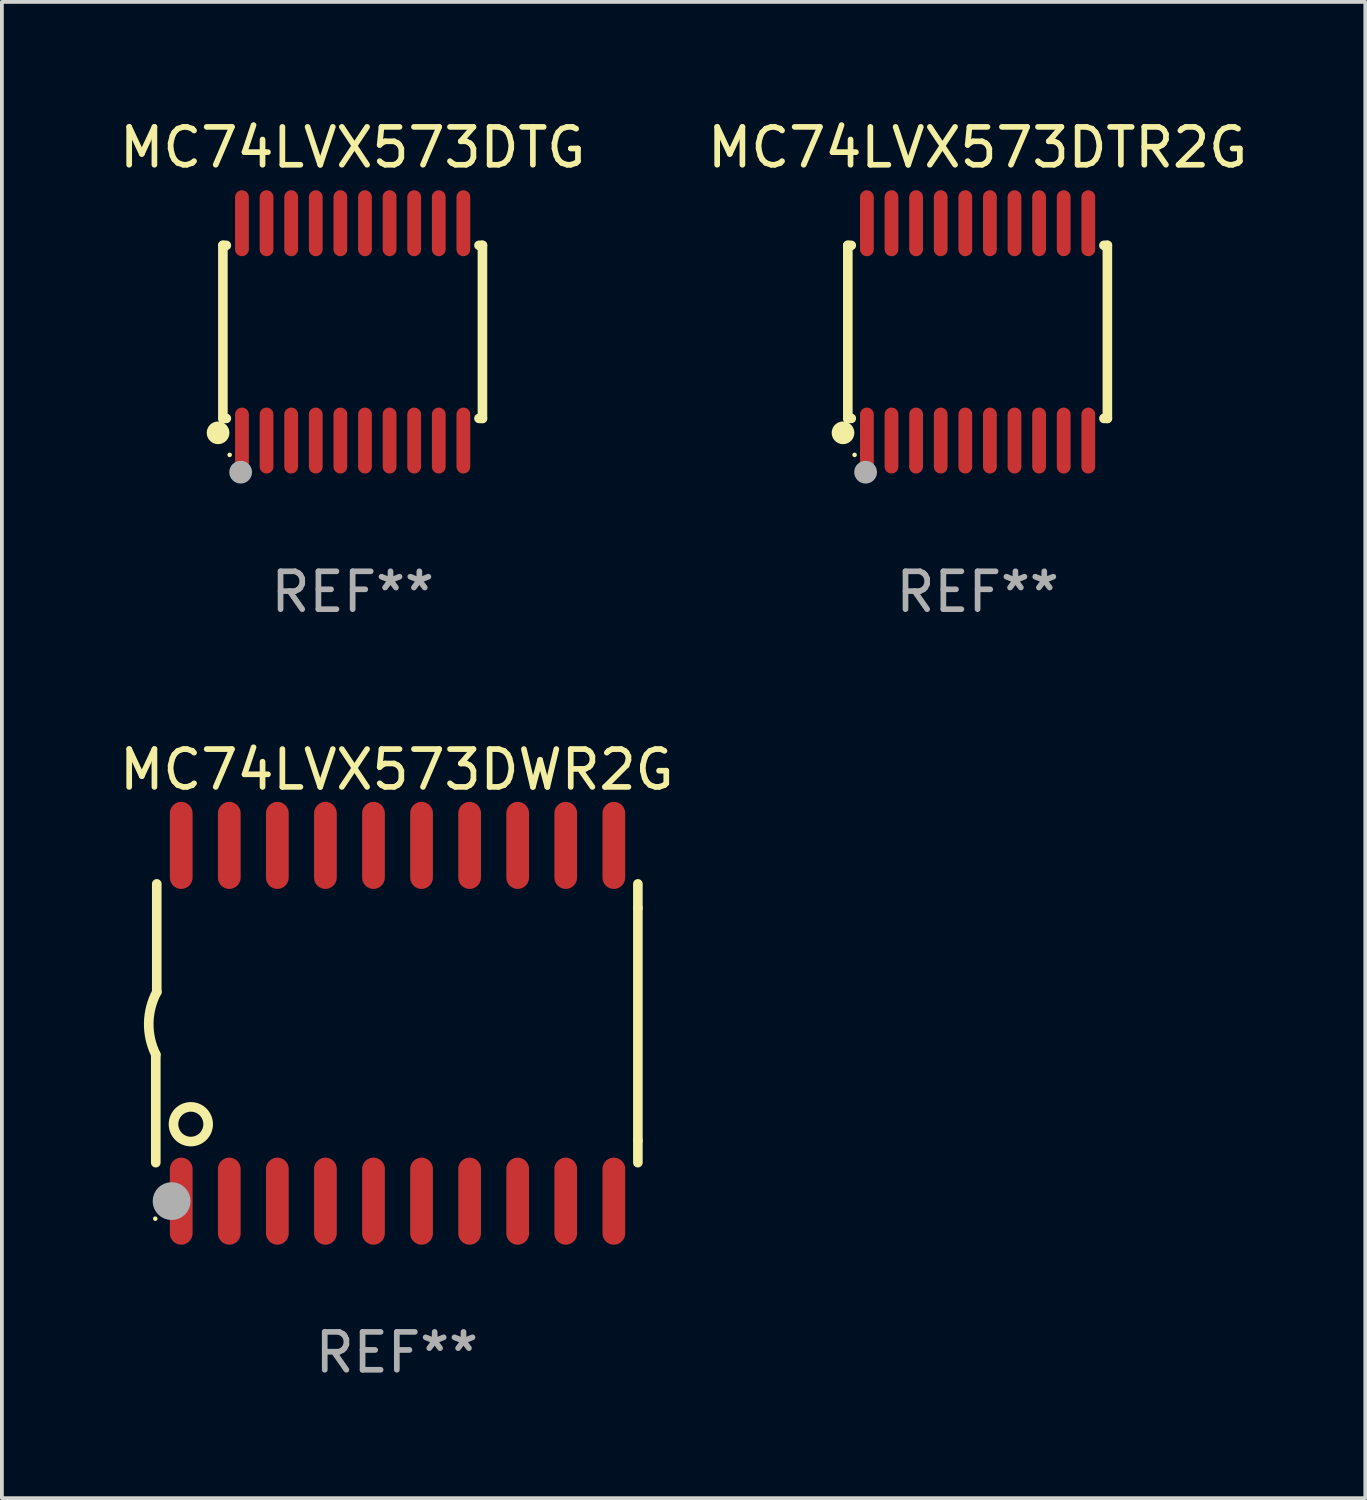
<source format=kicad_pcb>
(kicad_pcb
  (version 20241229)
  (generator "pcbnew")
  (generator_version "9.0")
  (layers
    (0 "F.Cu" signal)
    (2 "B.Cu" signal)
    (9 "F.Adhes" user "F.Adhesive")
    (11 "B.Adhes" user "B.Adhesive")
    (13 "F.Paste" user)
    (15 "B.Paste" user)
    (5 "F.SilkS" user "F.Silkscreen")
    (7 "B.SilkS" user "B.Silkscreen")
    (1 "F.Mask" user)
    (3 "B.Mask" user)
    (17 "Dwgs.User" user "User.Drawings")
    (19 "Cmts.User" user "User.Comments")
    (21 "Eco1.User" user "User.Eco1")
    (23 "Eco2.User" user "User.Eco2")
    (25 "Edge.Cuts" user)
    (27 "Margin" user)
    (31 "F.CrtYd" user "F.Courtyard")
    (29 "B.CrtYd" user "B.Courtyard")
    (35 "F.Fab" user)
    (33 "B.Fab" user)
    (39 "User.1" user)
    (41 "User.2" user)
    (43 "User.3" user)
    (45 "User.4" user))
  (footprint "MC74LVX573DTR2G"
    (layer "F.Cu")
    (at 22.78 5.719)
    (property "Reference" "MC74LVX573DTR2G" (at 0 -4.871 0) (layer "F.SilkS") (effects (font (size 1 1) (thickness 0.15))))
    (attr through_hole)
    (fp_line (start -3.429 -2.286) (end -3.429 2.286) (stroke (width 0.254) (type solid)) (layer "F.SilkS"))
    (fp_line (start -3.429 2.286) (end -3.338 2.286) (stroke (width 0.254) (type solid)) (layer "F.SilkS"))
    (fp_line (start -3.338 -2.286) (end -3.429 -2.286) (stroke (width 0.254) (type solid)) (layer "F.SilkS"))
    (fp_line (start 3.338 -2.286) (end 3.429 -2.286) (stroke (width 0.254) (type solid)) (layer "F.SilkS"))
    (fp_line (start 3.429 -2.286) (end 3.429 2.286) (stroke (width 0.254) (type solid)) (layer "F.SilkS"))
    (fp_line (start 3.429 2.286) (end 3.338 2.286) (stroke (width 0.254) (type solid)) (layer "F.SilkS"))
    (fp_circle (center -3.556 2.667) (end -3.406 2.667) (stroke (width 0.3) (type solid)) (fill no) (layer "F.SilkS"))
    (fp_circle (center -3.25 3.25) (end -3.22 3.25) (stroke (width 0.06) (type solid)) (fill no) (layer "F.SilkS"))
    (fp_circle (center -2.959 3.707) (end -2.808 3.707) (stroke (width 0.3) (type solid)) (fill no) (layer "F.Fab"))
    (fp_text user "REF**" (at 0 6.871 0) (layer "F.Fab") (effects (font (size 1 1) (thickness 0.15))))
    (pad "1" smd oval (at -2.925 2.871) (size 0.364 1.742) (layers "F.Cu" "F.Mask" "F.Paste"))
    (pad "2" smd oval (at -2.275 2.871) (size 0.364 1.742) (layers "F.Cu" "F.Mask" "F.Paste"))
    (pad "3" smd oval (at -1.625 2.871) (size 0.364 1.742) (layers "F.Cu" "F.Mask" "F.Paste"))
    (pad "4" smd oval (at -0.975 2.871) (size 0.364 1.742) (layers "F.Cu" "F.Mask" "F.Paste"))
    (pad "5" smd oval (at -0.325 2.871) (size 0.364 1.742) (layers "F.Cu" "F.Mask" "F.Paste"))
    (pad "6" smd oval (at 0.325 2.871) (size 0.364 1.742) (layers "F.Cu" "F.Mask" "F.Paste"))
    (pad "7" smd oval (at 0.975 2.871) (size 0.364 1.742) (layers "F.Cu" "F.Mask" "F.Paste"))
    (pad "8" smd oval (at 1.625 2.871) (size 0.364 1.742) (layers "F.Cu" "F.Mask" "F.Paste"))
    (pad "9" smd oval (at 2.275 2.871) (size 0.364 1.742) (layers "F.Cu" "F.Mask" "F.Paste"))
    (pad "10" smd oval (at 2.925 2.871) (size 0.364 1.742) (layers "F.Cu" "F.Mask" "F.Paste"))
    (pad "11" smd oval (at 2.925 -2.871) (size 0.364 1.742) (layers "F.Cu" "F.Mask" "F.Paste"))
    (pad "12" smd oval (at 2.275 -2.871) (size 0.364 1.742) (layers "F.Cu" "F.Mask" "F.Paste"))
    (pad "13" smd oval (at 1.625 -2.871) (size 0.364 1.742) (layers "F.Cu" "F.Mask" "F.Paste"))
    (pad "14" smd oval (at 0.975 -2.871) (size 0.364 1.742) (layers "F.Cu" "F.Mask" "F.Paste"))
    (pad "15" smd oval (at 0.325 -2.871) (size 0.364 1.742) (layers "F.Cu" "F.Mask" "F.Paste"))
    (pad "16" smd oval (at -0.325 -2.871) (size 0.364 1.742) (layers "F.Cu" "F.Mask" "F.Paste"))
    (pad "17" smd oval (at -0.975 -2.871) (size 0.364 1.742) (layers "F.Cu" "F.Mask" "F.Paste"))
    (pad "18" smd oval (at -1.625 -2.871) (size 0.364 1.742) (layers "F.Cu" "F.Mask" "F.Paste"))
    (pad "19" smd oval (at -2.275 -2.871) (size 0.364 1.742) (layers "F.Cu" "F.Mask" "F.Paste"))
    (pad "20" smd oval (at -2.925 -2.871) (size 0.364 1.742) (layers "F.Cu" "F.Mask" "F.Paste")))
  (footprint "MC74LVX573DWR2G"
    (layer "F.Cu")
    (at 7.435 23.987)
    (property "Reference" "MC74LVX573DWR2G" (at 0 -6.7 0) (layer "F.SilkS") (effects (font (size 1 1) (thickness 0.15))))
    (attr through_hole)
    (fp_line (start -6.369 0.826) (end -6.369 3.683) (stroke (width 0.254) (type solid)) (layer "F.SilkS"))
    (fp_line (start -6.343 -0.825) (end -6.343 -3.683) (stroke (width 0.254) (type solid)) (layer "F.SilkS"))
    (fp_line (start 6.369 -3.048) (end 6.369 -3.683) (stroke (width 0.254) (type solid)) (layer "F.SilkS"))
    (fp_line (start 6.369 -3.048) (end 6.369 3.096) (stroke (width 0.254) (type solid)) (layer "F.SilkS"))
    (fp_line (start 6.369 3.096) (end 6.369 3.683) (stroke (width 0.254) (type solid)) (layer "F.SilkS"))
    (fp_arc (start -6.36853 0.825552) (mid -6.554743 -0.00301) (end -6.343129 -0.825451) (stroke (width 0.254001) (type solid)) (layer "F.SilkS"))
    (fp_circle (center -6.382 5.163) (end -6.352 5.163) (stroke (width 0.06) (type solid)) (fill no) (layer "F.SilkS"))
    (fp_circle (center -5.443 2.667) (end -4.985 2.667) (stroke (width 0.254) (type solid)) (fill no) (layer "F.SilkS"))
    (fp_circle (center -5.951 4.699) (end -5.701 4.699) (stroke (width 0.5) (type solid)) (fill no) (layer "F.Fab"))
    (fp_text user "REF**" (at 0 8.7 0) (layer "F.Fab") (effects (font (size 1 1) (thickness 0.15))))
    (pad "1" smd oval (at -5.697 4.7 180) (size 0.6 2.3) (layers "F.Cu" "F.Mask" "F.Paste"))
    (pad "2" smd oval (at -4.427 4.7 180) (size 0.6 2.3) (layers "F.Cu" "F.Mask" "F.Paste"))
    (pad "3" smd oval (at -3.157 4.7 180) (size 0.6 2.3) (layers "F.Cu" "F.Mask" "F.Paste"))
    (pad "4" smd oval (at -1.887 4.7 180) (size 0.6 2.3) (layers "F.Cu" "F.Mask" "F.Paste"))
    (pad "5" smd oval (at -0.617 4.7 180) (size 0.6 2.3) (layers "F.Cu" "F.Mask" "F.Paste"))
    (pad "6" smd oval (at 0.653 4.7 180) (size 0.6 2.3) (layers "F.Cu" "F.Mask" "F.Paste"))
    (pad "7" smd oval (at 1.923 4.7 180) (size 0.6 2.3) (layers "F.Cu" "F.Mask" "F.Paste"))
    (pad "8" smd oval (at 3.193 4.7 180) (size 0.6 2.3) (layers "F.Cu" "F.Mask" "F.Paste"))
    (pad "9" smd oval (at 4.463 4.7 180) (size 0.6 2.3) (layers "F.Cu" "F.Mask" "F.Paste"))
    (pad "10" smd oval (at 5.734 4.7 180) (size 0.6 2.3) (layers "F.Cu" "F.Mask" "F.Paste"))
    (pad "11" smd oval (at 5.734 -4.7 180) (size 0.6 2.3) (layers "F.Cu" "F.Mask" "F.Paste"))
    (pad "12" smd oval (at 4.463 -4.7 180) (size 0.6 2.3) (layers "F.Cu" "F.Mask" "F.Paste"))
    (pad "13" smd oval (at 3.193 -4.7 180) (size 0.6 2.3) (layers "F.Cu" "F.Mask" "F.Paste"))
    (pad "14" smd oval (at 1.923 -4.7 180) (size 0.6 2.3) (layers "F.Cu" "F.Mask" "F.Paste"))
    (pad "15" smd oval (at 0.653 -4.7 180) (size 0.6 2.3) (layers "F.Cu" "F.Mask" "F.Paste"))
    (pad "16" smd oval (at -0.617 -4.7 180) (size 0.6 2.3) (layers "F.Cu" "F.Mask" "F.Paste"))
    (pad "17" smd oval (at -1.887 -4.7 180) (size 0.6 2.3) (layers "F.Cu" "F.Mask" "F.Paste"))
    (pad "18" smd oval (at -3.157 -4.7 180) (size 0.6 2.3) (layers "F.Cu" "F.Mask" "F.Paste"))
    (pad "19" smd oval (at -4.427 -4.7 180) (size 0.6 2.3) (layers "F.Cu" "F.Mask" "F.Paste"))
    (pad "20" smd oval (at -5.697 -4.7 180) (size 0.6 2.3) (layers "F.Cu" "F.Mask" "F.Paste")))
  (footprint "MC74LVX573DTG"
    (layer "F.Cu")
    (at 6.268 5.719)
    (property "Reference" "MC74LVX573DTG" (at 0 -4.871 0) (layer "F.SilkS") (effects (font (size 1 1) (thickness 0.15))))
    (attr through_hole)
    (fp_line (start -3.429 -2.286) (end -3.429 2.286) (stroke (width 0.254) (type solid)) (layer "F.SilkS"))
    (fp_line (start -3.429 2.286) (end -3.338 2.286) (stroke (width 0.254) (type solid)) (layer "F.SilkS"))
    (fp_line (start -3.338 -2.286) (end -3.429 -2.286) (stroke (width 0.254) (type solid)) (layer "F.SilkS"))
    (fp_line (start 3.338 -2.286) (end 3.429 -2.286) (stroke (width 0.254) (type solid)) (layer "F.SilkS"))
    (fp_line (start 3.429 -2.286) (end 3.429 2.286) (stroke (width 0.254) (type solid)) (layer "F.SilkS"))
    (fp_line (start 3.429 2.286) (end 3.338 2.286) (stroke (width 0.254) (type solid)) (layer "F.SilkS"))
    (fp_circle (center -3.556 2.667) (end -3.406 2.667) (stroke (width 0.3) (type solid)) (fill no) (layer "F.SilkS"))
    (fp_circle (center -3.25 3.25) (end -3.22 3.25) (stroke (width 0.06) (type solid)) (fill no) (layer "F.SilkS"))
    (fp_circle (center -2.959 3.707) (end -2.808 3.707) (stroke (width 0.3) (type solid)) (fill no) (layer "F.Fab"))
    (fp_text user "REF**" (at 0 6.871 0) (layer "F.Fab") (effects (font (size 1 1) (thickness 0.15))))
    (pad "1" smd oval (at -2.925 2.871) (size 0.364 1.742) (layers "F.Cu" "F.Mask" "F.Paste"))
    (pad "2" smd oval (at -2.275 2.871) (size 0.364 1.742) (layers "F.Cu" "F.Mask" "F.Paste"))
    (pad "3" smd oval (at -1.625 2.871) (size 0.364 1.742) (layers "F.Cu" "F.Mask" "F.Paste"))
    (pad "4" smd oval (at -0.975 2.871) (size 0.364 1.742) (layers "F.Cu" "F.Mask" "F.Paste"))
    (pad "5" smd oval (at -0.325 2.871) (size 0.364 1.742) (layers "F.Cu" "F.Mask" "F.Paste"))
    (pad "6" smd oval (at 0.325 2.871) (size 0.364 1.742) (layers "F.Cu" "F.Mask" "F.Paste"))
    (pad "7" smd oval (at 0.975 2.871) (size 0.364 1.742) (layers "F.Cu" "F.Mask" "F.Paste"))
    (pad "8" smd oval (at 1.625 2.871) (size 0.364 1.742) (layers "F.Cu" "F.Mask" "F.Paste"))
    (pad "9" smd oval (at 2.275 2.871) (size 0.364 1.742) (layers "F.Cu" "F.Mask" "F.Paste"))
    (pad "10" smd oval (at 2.925 2.871) (size 0.364 1.742) (layers "F.Cu" "F.Mask" "F.Paste"))
    (pad "11" smd oval (at 2.925 -2.871) (size 0.364 1.742) (layers "F.Cu" "F.Mask" "F.Paste"))
    (pad "12" smd oval (at 2.275 -2.871) (size 0.364 1.742) (layers "F.Cu" "F.Mask" "F.Paste"))
    (pad "13" smd oval (at 1.625 -2.871) (size 0.364 1.742) (layers "F.Cu" "F.Mask" "F.Paste"))
    (pad "14" smd oval (at 0.975 -2.871) (size 0.364 1.742) (layers "F.Cu" "F.Mask" "F.Paste"))
    (pad "15" smd oval (at 0.325 -2.871) (size 0.364 1.742) (layers "F.Cu" "F.Mask" "F.Paste"))
    (pad "16" smd oval (at -0.325 -2.871) (size 0.364 1.742) (layers "F.Cu" "F.Mask" "F.Paste"))
    (pad "17" smd oval (at -0.975 -2.871) (size 0.364 1.742) (layers "F.Cu" "F.Mask" "F.Paste"))
    (pad "18" smd oval (at -1.625 -2.871) (size 0.364 1.742) (layers "F.Cu" "F.Mask" "F.Paste"))
    (pad "19" smd oval (at -2.275 -2.871) (size 0.364 1.742) (layers "F.Cu" "F.Mask" "F.Paste"))
    (pad "20" smd oval (at -2.925 -2.871) (size 0.364 1.742) (layers "F.Cu" "F.Mask" "F.Paste")))
  (gr_rect
    (start -3 -3)
    (end 33.024 36.535)
    (stroke (width 0.1) (type default))
    (fill no)
    (layer "Edge.Cuts")))
</source>
